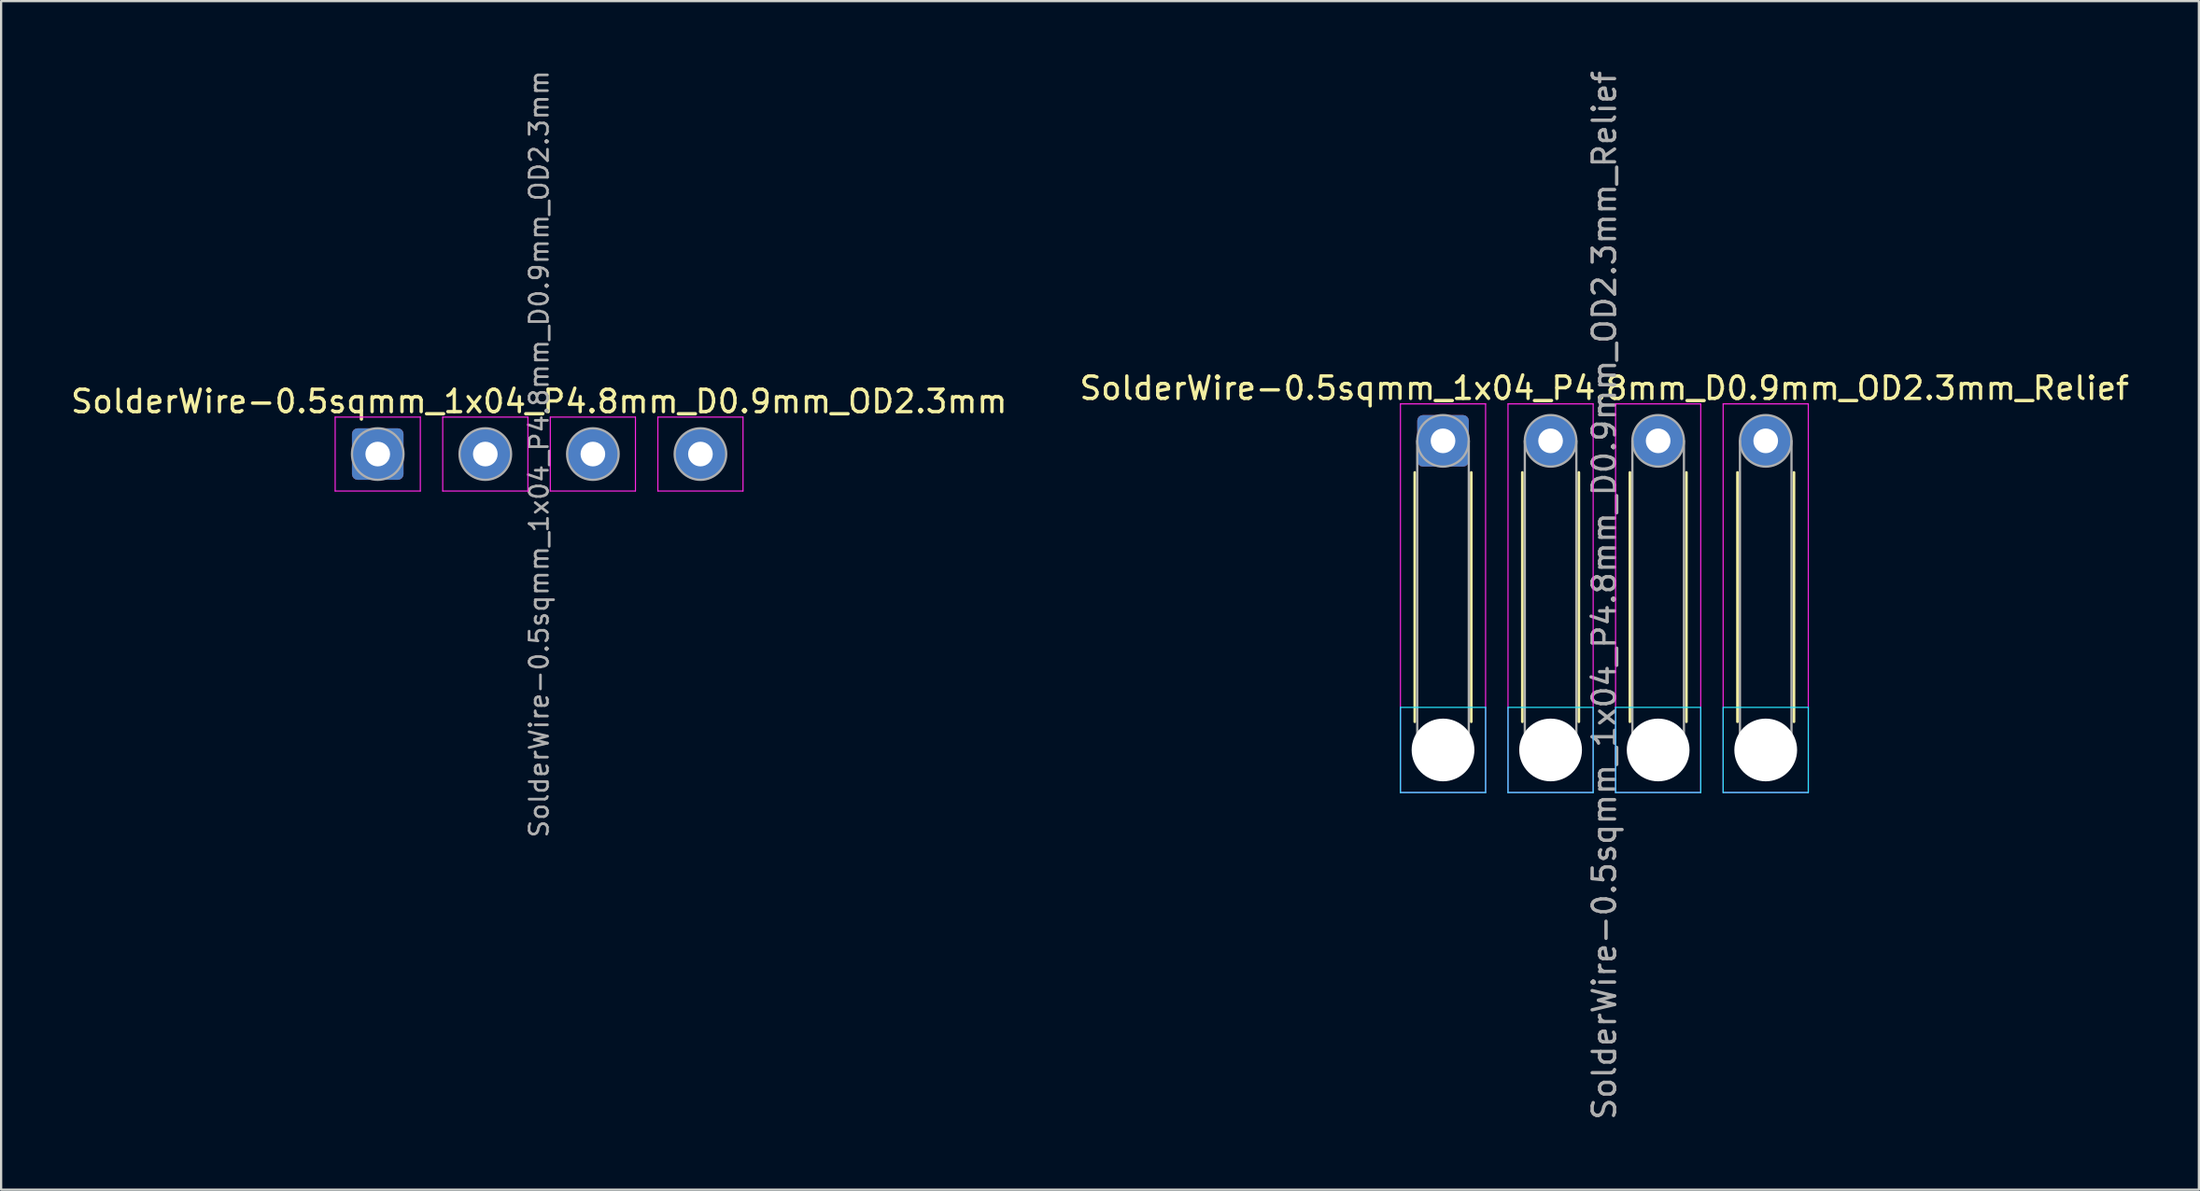
<source format=kicad_pcb>
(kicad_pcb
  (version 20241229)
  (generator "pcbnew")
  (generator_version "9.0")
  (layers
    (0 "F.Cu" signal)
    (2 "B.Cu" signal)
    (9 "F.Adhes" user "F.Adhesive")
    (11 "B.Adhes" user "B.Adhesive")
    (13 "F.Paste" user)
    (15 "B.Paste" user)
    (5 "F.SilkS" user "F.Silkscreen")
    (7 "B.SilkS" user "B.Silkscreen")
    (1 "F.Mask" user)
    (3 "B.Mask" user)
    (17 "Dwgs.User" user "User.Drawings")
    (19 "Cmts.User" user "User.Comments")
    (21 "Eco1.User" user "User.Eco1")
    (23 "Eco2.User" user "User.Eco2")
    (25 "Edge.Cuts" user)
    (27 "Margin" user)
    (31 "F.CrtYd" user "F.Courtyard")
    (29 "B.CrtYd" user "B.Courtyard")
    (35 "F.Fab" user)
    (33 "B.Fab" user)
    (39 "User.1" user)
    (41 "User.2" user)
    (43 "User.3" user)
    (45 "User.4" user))
  (footprint "SolderWire-0.5sqmm_1x04_P4.8mm_D0.9mm_OD2.3mm"
    (layer "F.Cu")
    (at 13.806 17.22)
    (property "Reference" "SolderWire-0.5sqmm_1x04_P4.8mm_D0.9mm_OD2.3mm" (at 7.2 -2.35 0) (layer "F.SilkS") (effects (font (size 1 1) (thickness 0.15))))
    (attr exclude_from_pos_files exclude_from_bom)
    (fp_line (start -1.9 -1.65) (end -1.9 1.65) (stroke (width 0.05) (type solid)) (layer "F.CrtYd"))
    (fp_line (start -1.9 1.65) (end 1.9 1.65) (stroke (width 0.05) (type solid)) (layer "F.CrtYd"))
    (fp_line (start 1.9 -1.65) (end -1.9 -1.65) (stroke (width 0.05) (type solid)) (layer "F.CrtYd"))
    (fp_line (start 1.9 1.65) (end 1.9 -1.65) (stroke (width 0.05) (type solid)) (layer "F.CrtYd"))
    (fp_line (start 2.9 -1.65) (end 2.9 1.65) (stroke (width 0.05) (type solid)) (layer "F.CrtYd"))
    (fp_line (start 2.9 1.65) (end 6.7 1.65) (stroke (width 0.05) (type solid)) (layer "F.CrtYd"))
    (fp_line (start 6.7 -1.65) (end 2.9 -1.65) (stroke (width 0.05) (type solid)) (layer "F.CrtYd"))
    (fp_line (start 6.7 1.65) (end 6.7 -1.65) (stroke (width 0.05) (type solid)) (layer "F.CrtYd"))
    (fp_line (start 7.7 -1.65) (end 7.7 1.65) (stroke (width 0.05) (type solid)) (layer "F.CrtYd"))
    (fp_line (start 7.7 1.65) (end 11.5 1.65) (stroke (width 0.05) (type solid)) (layer "F.CrtYd"))
    (fp_line (start 11.5 -1.65) (end 7.7 -1.65) (stroke (width 0.05) (type solid)) (layer "F.CrtYd"))
    (fp_line (start 11.5 1.65) (end 11.5 -1.65) (stroke (width 0.05) (type solid)) (layer "F.CrtYd"))
    (fp_line (start 12.5 -1.65) (end 12.5 1.65) (stroke (width 0.05) (type solid)) (layer "F.CrtYd"))
    (fp_line (start 12.5 1.65) (end 16.3 1.65) (stroke (width 0.05) (type solid)) (layer "F.CrtYd"))
    (fp_line (start 16.3 -1.65) (end 12.5 -1.65) (stroke (width 0.05) (type solid)) (layer "F.CrtYd"))
    (fp_line (start 16.3 1.65) (end 16.3 -1.65) (stroke (width 0.05) (type solid)) (layer "F.CrtYd"))
    (fp_circle (center 0 0) (end 1.15 0) (stroke (width 0.1) (type solid)) (fill no) (layer "F.Fab"))
    (fp_circle (center 4.8 0) (end 5.95 0) (stroke (width 0.1) (type solid)) (fill no) (layer "F.Fab"))
    (fp_circle (center 9.6 0) (end 10.75 0) (stroke (width 0.1) (type solid)) (fill no) (layer "F.Fab"))
    (fp_circle (center 14.4 0) (end 15.55 0) (stroke (width 0.1) (type solid)) (fill no) (layer "F.Fab"))
    (fp_text user "${REFERENCE}" (at 7.2 0 90) (layer "F.Fab") (effects (font (size 0.82 0.82) (thickness 0.12))))
    (pad "1" thru_hole roundrect (at 0 0) (size 2.3 2.3) (drill 1.1) (layers "*.Cu" "*.Mask") (roundrect_rratio 0.109))
    (pad "2" thru_hole circle (at 4.8 0) (size 2.3 2.3) (drill 1.1) (layers "*.Cu" "*.Mask"))
    (pad "3" thru_hole circle (at 9.6 0) (size 2.3 2.3) (drill 1.1) (layers "*.Cu" "*.Mask"))
    (pad "4" thru_hole circle (at 14.4 0) (size 2.3 2.3) (drill 1.1) (layers "*.Cu" "*.Mask")))
  (footprint "SolderWire-0.5sqmm_1x04_P4.8mm_D0.9mm_OD2.3mm_Relief"
    (layer "F.Cu")
    (at 61.342 16.63)
    (property "Reference" "SolderWire-0.5sqmm_1x04_P4.8mm_D0.9mm_OD2.3mm_Relief" (at 7.2 -2.35 0) (layer "F.SilkS") (effects (font (size 1 1) (thickness 0.15))))
    (attr exclude_from_pos_files exclude_from_bom)
    (fp_line (start -1.26 1.41) (end -1.26 12.54) (stroke (width 0.12) (type solid)) (layer "F.SilkS"))
    (fp_line (start 1.26 1.41) (end 1.26 12.54) (stroke (width 0.12) (type solid)) (layer "F.SilkS"))
    (fp_line (start 3.54 1.41) (end 3.54 12.54) (stroke (width 0.12) (type solid)) (layer "F.SilkS"))
    (fp_line (start 6.06 1.41) (end 6.06 12.54) (stroke (width 0.12) (type solid)) (layer "F.SilkS"))
    (fp_line (start 8.34 1.41) (end 8.34 12.54) (stroke (width 0.12) (type solid)) (layer "F.SilkS"))
    (fp_line (start 10.86 1.41) (end 10.86 12.54) (stroke (width 0.12) (type solid)) (layer "F.SilkS"))
    (fp_line (start 13.14 1.41) (end 13.14 12.54) (stroke (width 0.12) (type solid)) (layer "F.SilkS"))
    (fp_line (start 15.66 1.41) (end 15.66 12.54) (stroke (width 0.12) (type solid)) (layer "F.SilkS"))
    (fp_line (start -1.9 11.9) (end -1.9 15.7) (stroke (width 0.05) (type solid)) (layer "B.CrtYd"))
    (fp_line (start -1.9 15.7) (end 1.9 15.7) (stroke (width 0.05) (type solid)) (layer "B.CrtYd"))
    (fp_line (start 1.9 11.9) (end -1.9 11.9) (stroke (width 0.05) (type solid)) (layer "B.CrtYd"))
    (fp_line (start 1.9 15.7) (end 1.9 11.9) (stroke (width 0.05) (type solid)) (layer "B.CrtYd"))
    (fp_line (start 2.9 11.9) (end 2.9 15.7) (stroke (width 0.05) (type solid)) (layer "B.CrtYd"))
    (fp_line (start 2.9 15.7) (end 6.7 15.7) (stroke (width 0.05) (type solid)) (layer "B.CrtYd"))
    (fp_line (start 6.7 11.9) (end 2.9 11.9) (stroke (width 0.05) (type solid)) (layer "B.CrtYd"))
    (fp_line (start 6.7 15.7) (end 6.7 11.9) (stroke (width 0.05) (type solid)) (layer "B.CrtYd"))
    (fp_line (start 7.7 11.9) (end 7.7 15.7) (stroke (width 0.05) (type solid)) (layer "B.CrtYd"))
    (fp_line (start 7.7 15.7) (end 11.5 15.7) (stroke (width 0.05) (type solid)) (layer "B.CrtYd"))
    (fp_line (start 11.5 11.9) (end 7.7 11.9) (stroke (width 0.05) (type solid)) (layer "B.CrtYd"))
    (fp_line (start 11.5 15.7) (end 11.5 11.9) (stroke (width 0.05) (type solid)) (layer "B.CrtYd"))
    (fp_line (start 12.5 11.9) (end 12.5 15.7) (stroke (width 0.05) (type solid)) (layer "B.CrtYd"))
    (fp_line (start 12.5 15.7) (end 16.3 15.7) (stroke (width 0.05) (type solid)) (layer "B.CrtYd"))
    (fp_line (start 16.3 11.9) (end 12.5 11.9) (stroke (width 0.05) (type solid)) (layer "B.CrtYd"))
    (fp_line (start 16.3 15.7) (end 16.3 11.9) (stroke (width 0.05) (type solid)) (layer "B.CrtYd"))
    (fp_line (start -1.9 -1.65) (end -1.9 15.7) (stroke (width 0.05) (type solid)) (layer "F.CrtYd"))
    (fp_line (start -1.9 15.7) (end 1.9 15.7) (stroke (width 0.05) (type solid)) (layer "F.CrtYd"))
    (fp_line (start 1.9 -1.65) (end -1.9 -1.65) (stroke (width 0.05) (type solid)) (layer "F.CrtYd"))
    (fp_line (start 1.9 15.7) (end 1.9 -1.65) (stroke (width 0.05) (type solid)) (layer "F.CrtYd"))
    (fp_line (start 2.9 -1.65) (end 2.9 15.7) (stroke (width 0.05) (type solid)) (layer "F.CrtYd"))
    (fp_line (start 2.9 15.7) (end 6.7 15.7) (stroke (width 0.05) (type solid)) (layer "F.CrtYd"))
    (fp_line (start 6.7 -1.65) (end 2.9 -1.65) (stroke (width 0.05) (type solid)) (layer "F.CrtYd"))
    (fp_line (start 6.7 15.7) (end 6.7 -1.65) (stroke (width 0.05) (type solid)) (layer "F.CrtYd"))
    (fp_line (start 7.7 -1.65) (end 7.7 15.7) (stroke (width 0.05) (type solid)) (layer "F.CrtYd"))
    (fp_line (start 7.7 15.7) (end 11.5 15.7) (stroke (width 0.05) (type solid)) (layer "F.CrtYd"))
    (fp_line (start 11.5 -1.65) (end 7.7 -1.65) (stroke (width 0.05) (type solid)) (layer "F.CrtYd"))
    (fp_line (start 11.5 15.7) (end 11.5 -1.65) (stroke (width 0.05) (type solid)) (layer "F.CrtYd"))
    (fp_line (start 12.5 -1.65) (end 12.5 15.7) (stroke (width 0.05) (type solid)) (layer "F.CrtYd"))
    (fp_line (start 12.5 15.7) (end 16.3 15.7) (stroke (width 0.05) (type solid)) (layer "F.CrtYd"))
    (fp_line (start 16.3 -1.65) (end 12.5 -1.65) (stroke (width 0.05) (type solid)) (layer "F.CrtYd"))
    (fp_line (start 16.3 15.7) (end 16.3 -1.65) (stroke (width 0.05) (type solid)) (layer "F.CrtYd"))
    (fp_line (start -1.15 0) (end -1.15 13.8) (stroke (width 0.1) (type solid)) (layer "F.Fab"))
    (fp_line (start 1.15 0) (end 1.15 13.8) (stroke (width 0.1) (type solid)) (layer "F.Fab"))
    (fp_line (start 3.65 0) (end 3.65 13.8) (stroke (width 0.1) (type solid)) (layer "F.Fab"))
    (fp_line (start 5.95 0) (end 5.95 13.8) (stroke (width 0.1) (type solid)) (layer "F.Fab"))
    (fp_line (start 8.45 0) (end 8.45 13.8) (stroke (width 0.1) (type solid)) (layer "F.Fab"))
    (fp_line (start 10.75 0) (end 10.75 13.8) (stroke (width 0.1) (type solid)) (layer "F.Fab"))
    (fp_line (start 13.25 0) (end 13.25 13.8) (stroke (width 0.1) (type solid)) (layer "F.Fab"))
    (fp_line (start 15.55 0) (end 15.55 13.8) (stroke (width 0.1) (type solid)) (layer "F.Fab"))
    (fp_circle (center 0 0) (end 1.15 0) (stroke (width 0.1) (type solid)) (fill no) (layer "F.Fab"))
    (fp_circle (center 0 13.8) (end 1.15 13.8) (stroke (width 0.1) (type solid)) (fill no) (layer "F.Fab"))
    (fp_circle (center 4.8 0) (end 5.95 0) (stroke (width 0.1) (type solid)) (fill no) (layer "F.Fab"))
    (fp_circle (center 4.8 13.8) (end 5.95 13.8) (stroke (width 0.1) (type solid)) (fill no) (layer "F.Fab"))
    (fp_circle (center 9.6 0) (end 10.75 0) (stroke (width 0.1) (type solid)) (fill no) (layer "F.Fab"))
    (fp_circle (center 9.6 13.8) (end 10.75 13.8) (stroke (width 0.1) (type solid)) (fill no) (layer "F.Fab"))
    (fp_circle (center 14.4 0) (end 15.55 0) (stroke (width 0.1) (type solid)) (fill no) (layer "F.Fab"))
    (fp_circle (center 14.4 13.8) (end 15.55 13.8) (stroke (width 0.1) (type solid)) (fill no) (layer "F.Fab"))
    (fp_text user "${REFERENCE}" (at 7.2 6.9 90) (layer "F.Fab") (effects (font (size 1 1) (thickness 0.15))))
    (pad "" np_thru_hole circle (at 0 13.8) (size 2.8 2.8) (drill 2.8) (layers "*.Cu" "*.Mask"))
    (pad "" np_thru_hole circle (at 4.8 13.8) (size 2.8 2.8) (drill 2.8) (layers "*.Cu" "*.Mask"))
    (pad "" np_thru_hole circle (at 9.6 13.8) (size 2.8 2.8) (drill 2.8) (layers "*.Cu" "*.Mask"))
    (pad "" np_thru_hole circle (at 14.4 13.8) (size 2.8 2.8) (drill 2.8) (layers "*.Cu" "*.Mask"))
    (pad "1" thru_hole roundrect (at 0 0) (size 2.3 2.3) (drill 1.1) (layers "*.Cu" "*.Mask") (roundrect_rratio 0.109))
    (pad "2" thru_hole circle (at 4.8 0) (size 2.3 2.3) (drill 1.1) (layers "*.Cu" "*.Mask"))
    (pad "3" thru_hole circle (at 9.6 0) (size 2.3 2.3) (drill 1.1) (layers "*.Cu" "*.Mask"))
    (pad "4" thru_hole circle (at 14.4 0) (size 2.3 2.3) (drill 1.1) (layers "*.Cu" "*.Mask")))
  (gr_rect
    (start -3 -3)
    (end 95.071 50.06)
    (stroke (width 0.1) (type default))
    (fill no)
    (layer "Edge.Cuts")))
</source>
